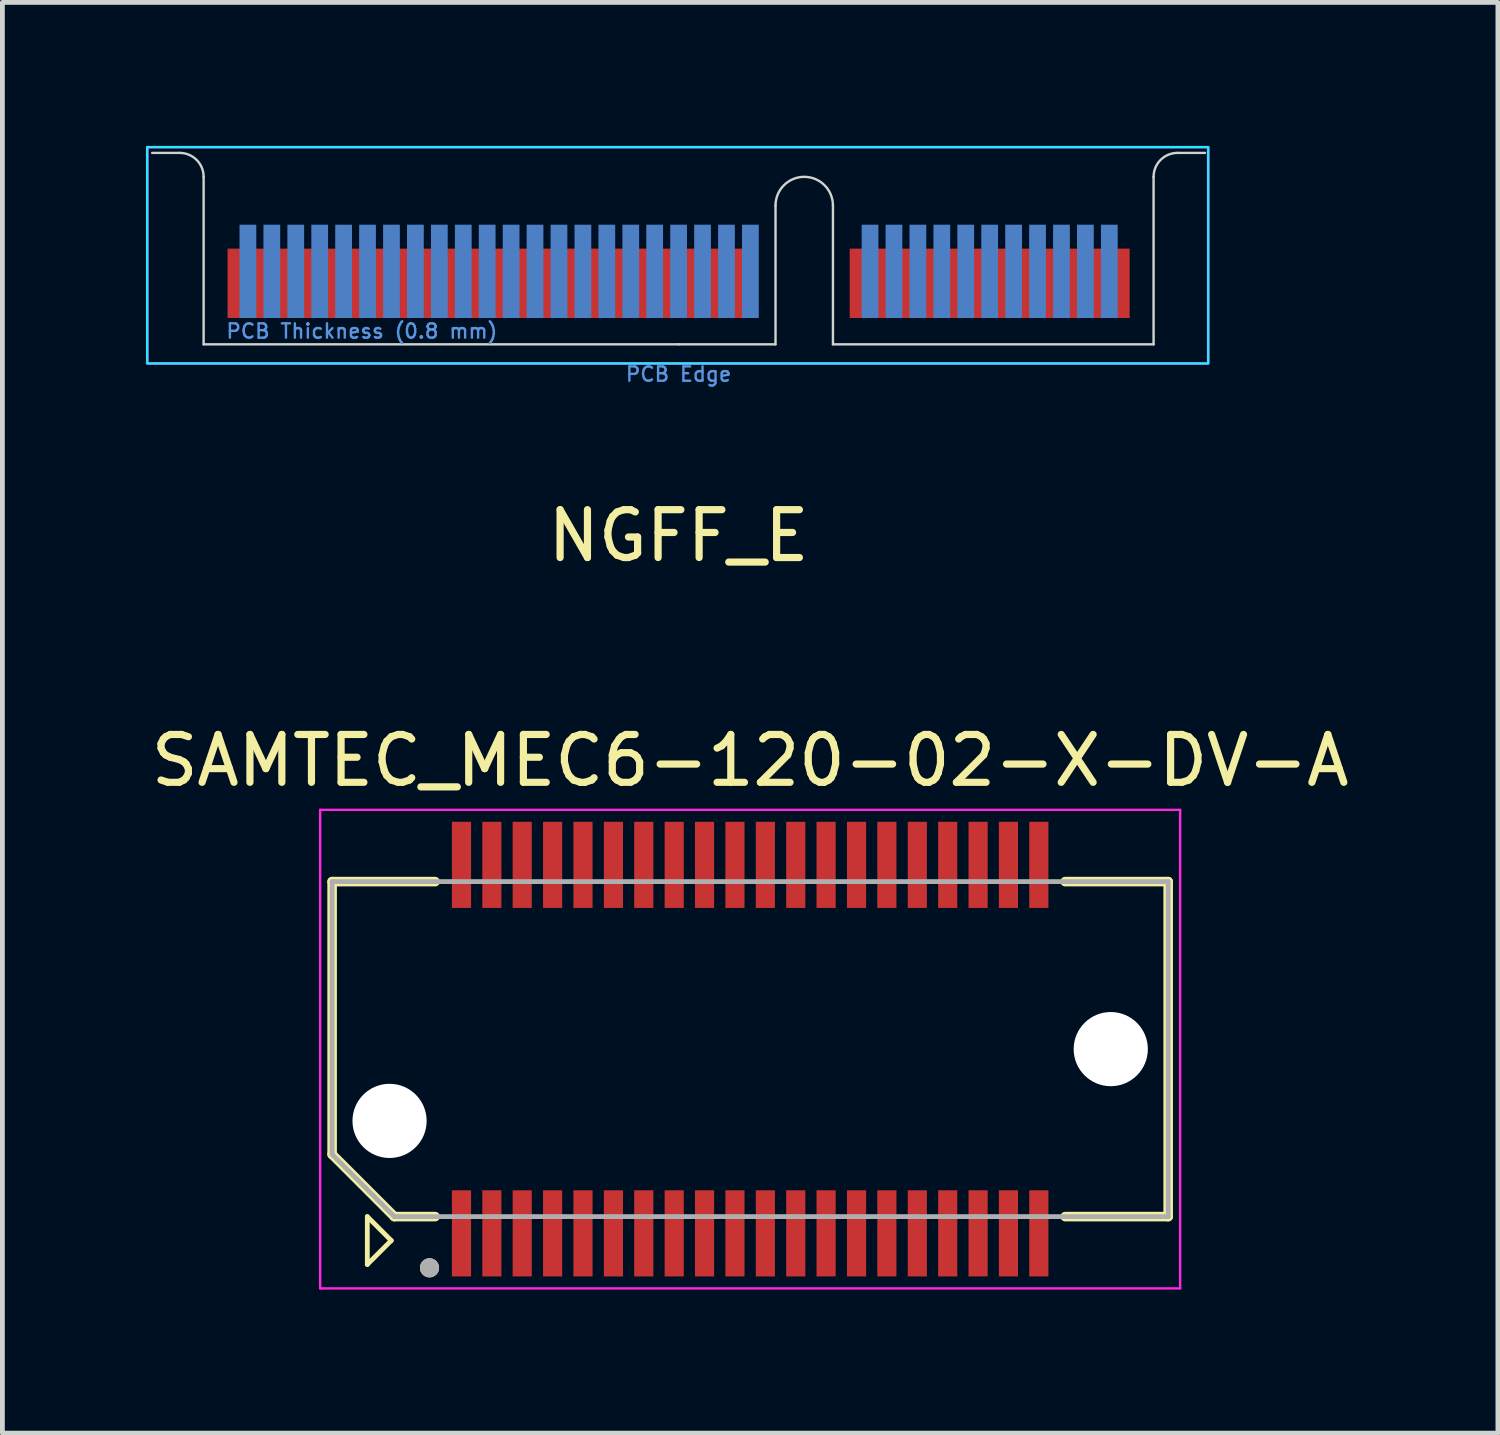
<source format=kicad_pcb>
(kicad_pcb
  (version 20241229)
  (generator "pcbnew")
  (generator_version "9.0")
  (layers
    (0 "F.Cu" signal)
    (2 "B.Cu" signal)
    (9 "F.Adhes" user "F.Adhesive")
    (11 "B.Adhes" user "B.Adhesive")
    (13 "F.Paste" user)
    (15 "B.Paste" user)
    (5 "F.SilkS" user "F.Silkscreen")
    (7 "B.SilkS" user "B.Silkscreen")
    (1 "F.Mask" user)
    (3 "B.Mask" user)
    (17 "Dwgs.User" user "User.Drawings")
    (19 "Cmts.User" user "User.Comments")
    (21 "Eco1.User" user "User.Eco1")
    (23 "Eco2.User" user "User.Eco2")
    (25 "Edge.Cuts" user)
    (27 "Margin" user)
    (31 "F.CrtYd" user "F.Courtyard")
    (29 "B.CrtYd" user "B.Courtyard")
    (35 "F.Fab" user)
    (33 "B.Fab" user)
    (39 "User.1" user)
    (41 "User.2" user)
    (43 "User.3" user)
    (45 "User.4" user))
  (footprint "NGFF_E"
    (layer "F.Cu")
    (at 11.13 4.145)
    (property "Reference" "NGFF_E" (at 0 4 0) (layer "F.SilkS") (effects (font (size 1 1) (thickness 0.15))))
    (attr through_hole)
    (fp_line (start -11 -4) (end -10.425 -4) (stroke (width 0.05) (type solid)) (layer "Edge.Cuts"))
    (fp_line (start -9.925 -3.5) (end -9.925 0) (stroke (width 0.05) (type solid)) (layer "Edge.Cuts"))
    (fp_line (start -9.925 0) (end 0 0) (stroke (width 0.05) (type solid)) (layer "Edge.Cuts"))
    (fp_line (start 0 0) (end 2.025 0) (stroke (width 0.05) (type solid)) (layer "Edge.Cuts"))
    (fp_line (start 2.025 0) (end 2.025 -2.9) (stroke (width 0.05) (type solid)) (layer "Edge.Cuts"))
    (fp_line (start 3.225 -2.9) (end 3.225 0) (stroke (width 0.05) (type solid)) (layer "Edge.Cuts"))
    (fp_line (start 3.225 0) (end 9.925 0) (stroke (width 0.05) (type solid)) (layer "Edge.Cuts"))
    (fp_line (start 9.925 0) (end 9.925 -3.5) (stroke (width 0.05) (type solid)) (layer "Edge.Cuts"))
    (fp_line (start 10.425 -4) (end 11 -4) (stroke (width 0.05) (type solid)) (layer "Edge.Cuts"))
    (fp_arc (start -10.425 -4) (mid -10.071447 -3.853553) (end -9.925 -3.5) (stroke (width 0.05) (type solid)) (layer "Edge.Cuts"))
    (fp_arc (start 2.025 -2.9) (mid 2.625 -3.5) (end 3.225 -2.9) (stroke (width 0.05) (type solid)) (layer "Edge.Cuts"))
    (fp_arc (start 9.925 -3.5) (mid 10.071447 -3.853553) (end 10.425 -4) (stroke (width 0.05) (type solid)) (layer "Edge.Cuts"))
    (fp_rect (start -11.105 -4.12) (end 11.065 0.4) (stroke (width 0.05) (type default)) (fill no) (layer "B.CrtYd"))
    (fp_rect (start -11.1 -4.12) (end 11.07 0.4) (stroke (width 0.05) (type default)) (fill no) (layer "F.CrtYd"))
    (fp_text user "PCB Edge" (at 0 0.8 0) (unlocked yes) (layer "Cmts.User") (effects (font (size 0.3 0.3) (thickness 0.05)) (justify bottom)))
    (fp_text user "PCB Thickness (0.8 mm)" (at -9.48 -0.1 0) (unlocked yes) (layer "Cmts.User") (effects (font (size 0.3 0.3) (thickness 0.05)) (justify left bottom)))
    (pad "1" smd rect (at 9.25 -1.275) (size 0.35 1.45) (layers "F.Cu" "F.Mask"))
    (pad "2" smd rect (at 9 -1.525) (size 0.35 1.95) (layers "B.Cu" "B.Mask"))
    (pad "3" smd rect (at 8.75 -1.275) (size 0.35 1.45) (layers "F.Cu" "F.Mask"))
    (pad "4" smd rect (at 8.5 -1.525) (size 0.35 1.95) (layers "B.Cu" "B.Mask"))
    (pad "5" smd rect (at 8.25 -1.275) (size 0.35 1.45) (layers "F.Cu" "F.Mask"))
    (pad "6" smd rect (at 8 -1.525) (size 0.35 1.95) (layers "B.Cu" "B.Mask"))
    (pad "7" smd rect (at 7.75 -1.275) (size 0.35 1.45) (layers "F.Cu" "F.Mask"))
    (pad "8" smd rect (at 7.5 -1.525) (size 0.35 1.95) (layers "B.Cu" "B.Mask"))
    (pad "9" smd rect (at 7.25 -1.275) (size 0.35 1.45) (layers "F.Cu" "F.Mask"))
    (pad "10" smd rect (at 7 -1.525) (size 0.35 1.95) (layers "B.Cu" "B.Mask"))
    (pad "11" smd rect (at 6.75 -1.275) (size 0.35 1.45) (layers "F.Cu" "F.Mask"))
    (pad "12" smd rect (at 6.5 -1.525) (size 0.35 1.95) (layers "B.Cu" "B.Mask"))
    (pad "13" smd rect (at 6.25 -1.275) (size 0.35 1.45) (layers "F.Cu" "F.Mask"))
    (pad "14" smd rect (at 6 -1.525) (size 0.35 1.95) (layers "B.Cu" "B.Mask"))
    (pad "15" smd rect (at 5.75 -1.275) (size 0.35 1.45) (layers "F.Cu" "F.Mask"))
    (pad "16" smd rect (at 5.5 -1.525) (size 0.35 1.95) (layers "B.Cu" "B.Mask"))
    (pad "17" smd rect (at 5.25 -1.275) (size 0.35 1.45) (layers "F.Cu" "F.Mask"))
    (pad "18" smd rect (at 5 -1.525) (size 0.35 1.95) (layers "B.Cu" "B.Mask"))
    (pad "19" smd rect (at 4.75 -1.275) (size 0.35 1.45) (layers "F.Cu" "F.Mask"))
    (pad "20" smd rect (at 4.5 -1.525) (size 0.35 1.95) (layers "B.Cu" "B.Mask"))
    (pad "21" smd rect (at 4.25 -1.275) (size 0.35 1.45) (layers "F.Cu" "F.Mask"))
    (pad "22" smd rect (at 4 -1.525) (size 0.35 1.95) (layers "B.Cu" "B.Mask"))
    (pad "23" smd rect (at 3.75 -1.275) (size 0.35 1.45) (layers "F.Cu" "F.Mask"))
    (pad "32" smd rect (at 1.5 -1.525) (size 0.35 1.95) (layers "B.Cu" "B.Mask"))
    (pad "33" smd rect (at 1.25 -1.275) (size 0.35 1.45) (layers "F.Cu" "F.Mask"))
    (pad "34" smd rect (at 1 -1.525) (size 0.35 1.95) (layers "B.Cu" "B.Mask"))
    (pad "35" smd rect (at 0.75 -1.275) (size 0.35 1.45) (layers "F.Cu" "F.Mask"))
    (pad "36" smd rect (at 0.5 -1.525) (size 0.35 1.95) (layers "B.Cu" "B.Mask"))
    (pad "37" smd rect (at 0.25 -1.275) (size 0.35 1.45) (layers "F.Cu" "F.Mask"))
    (pad "38" smd rect (at 0 -1.525) (size 0.35 1.95) (layers "B.Cu" "B.Mask"))
    (pad "39" smd rect (at -0.25 -1.275) (size 0.35 1.45) (layers "F.Cu" "F.Mask"))
    (pad "40" smd rect (at -0.5 -1.525) (size 0.35 1.95) (layers "B.Cu" "B.Mask"))
    (pad "41" smd rect (at -0.75 -1.275) (size 0.35 1.45) (layers "F.Cu" "F.Mask"))
    (pad "42" smd rect (at -1 -1.525) (size 0.35 1.95) (layers "B.Cu" "B.Mask"))
    (pad "43" smd rect (at -1.25 -1.275) (size 0.35 1.45) (layers "F.Cu" "F.Mask"))
    (pad "44" smd rect (at -1.5 -1.525) (size 0.35 1.95) (layers "B.Cu" "B.Mask"))
    (pad "45" smd rect (at -1.75 -1.275) (size 0.35 1.45) (layers "F.Cu" "F.Mask"))
    (pad "46" smd rect (at -2 -1.525) (size 0.35 1.95) (layers "B.Cu" "B.Mask"))
    (pad "47" smd rect (at -2.25 -1.275) (size 0.35 1.45) (layers "F.Cu" "F.Mask"))
    (pad "48" smd rect (at -2.5 -1.525) (size 0.35 1.95) (layers "B.Cu" "B.Mask"))
    (pad "49" smd rect (at -2.75 -1.275) (size 0.35 1.45) (layers "F.Cu" "F.Mask"))
    (pad "50" smd rect (at -3 -1.525) (size 0.35 1.95) (layers "B.Cu" "B.Mask"))
    (pad "51" smd rect (at -3.25 -1.275) (size 0.35 1.45) (layers "F.Cu" "F.Mask"))
    (pad "52" smd rect (at -3.5 -1.525) (size 0.35 1.95) (layers "B.Cu" "B.Mask"))
    (pad "53" smd rect (at -3.75 -1.275) (size 0.35 1.45) (layers "F.Cu" "F.Mask"))
    (pad "54" smd rect (at -4 -1.525) (size 0.35 1.95) (layers "B.Cu" "B.Mask"))
    (pad "55" smd rect (at -4.25 -1.275) (size 0.35 1.45) (layers "F.Cu" "F.Mask"))
    (pad "56" smd rect (at -4.5 -1.525) (size 0.35 1.95) (layers "B.Cu" "B.Mask"))
    (pad "57" smd rect (at -4.75 -1.275) (size 0.35 1.45) (layers "F.Cu" "F.Mask"))
    (pad "58" smd rect (at -5 -1.525) (size 0.35 1.95) (layers "B.Cu" "B.Mask"))
    (pad "59" smd rect (at -5.25 -1.275) (size 0.35 1.45) (layers "F.Cu" "F.Mask"))
    (pad "60" smd rect (at -5.5 -1.525) (size 0.35 1.95) (layers "B.Cu" "B.Mask"))
    (pad "61" smd rect (at -5.75 -1.275) (size 0.35 1.45) (layers "F.Cu" "F.Mask"))
    (pad "62" smd rect (at -6 -1.525) (size 0.35 1.95) (layers "B.Cu" "B.Mask"))
    (pad "63" smd rect (at -6.25 -1.275) (size 0.35 1.45) (layers "F.Cu" "F.Mask"))
    (pad "64" smd rect (at -6.5 -1.525) (size 0.35 1.95) (layers "B.Cu" "B.Mask"))
    (pad "65" smd rect (at -6.75 -1.275) (size 0.35 1.45) (layers "F.Cu" "F.Mask"))
    (pad "66" smd rect (at -7 -1.525) (size 0.35 1.95) (layers "B.Cu" "B.Mask"))
    (pad "67" smd rect (at -7.25 -1.275) (size 0.35 1.45) (layers "F.Cu" "F.Mask"))
    (pad "68" smd rect (at -7.5 -1.525) (size 0.35 1.95) (layers "B.Cu" "B.Mask"))
    (pad "69" smd rect (at -7.75 -1.275) (size 0.35 1.45) (layers "F.Cu" "F.Mask"))
    (pad "70" smd rect (at -8 -1.525) (size 0.35 1.95) (layers "B.Cu" "B.Mask"))
    (pad "71" smd rect (at -8.25 -1.275) (size 0.35 1.45) (layers "F.Cu" "F.Mask"))
    (pad "72" smd rect (at -8.5 -1.525) (size 0.35 1.95) (layers "B.Cu" "B.Mask"))
    (pad "73" smd rect (at -8.75 -1.275) (size 0.35 1.45) (layers "F.Cu" "F.Mask"))
    (pad "74" smd rect (at -9 -1.525) (size 0.35 1.95) (layers "B.Cu" "B.Mask"))
    (pad "75" smd rect (at -9.25 -1.275) (size 0.35 1.45) (layers "F.Cu" "F.Mask"))
    (zone (net_name "") (layers "F.Cu" "F.Mask" "B.Cu" "B.Mask" "F.SilkS" "B.SilkS" "F.Paste" "B.Paste") (hatch edge 0.5) (connect_pads) (min_thickness 0.25) (filled_areas_thickness no) (keepout (tracks allowed) (vias allowed) (pads allowed) (copperpour not_allowed) (footprints not_allowed)) (placement (enabled no)) (fill) (polygon (pts (xy 0.14 1.315) (xy 21.89 1.315) (xy 21.89 4.525) (xy 21.88 4.535) (xy 0.14 4.535)))))
  (footprint "SAMTEC_MEC6-120-02-X-DV-A"
    (layer "F.Cu")
    (at 12.625 18.872)
    (property "Reference" "SAMTEC_MEC6-120-02-X-DV-A" (at 0 -6.03 0) (layer "F.SilkS") (effects (font (size 1 1) (thickness 0.15))))
    (attr smd)
    (fp_line (start -8.735 -3.5) (end -6.582 -3.5) (stroke (width 0.2) (type solid)) (layer "F.SilkS"))
    (fp_line (start -8.735 2.2) (end -8.735 -3.5) (stroke (width 0.2) (type solid)) (layer "F.SilkS"))
    (fp_line (start -8 3.5) (end -7.5 4) (stroke (width 0.1) (type default)) (layer "F.SilkS"))
    (fp_line (start -8 4.5) (end -8 3.5) (stroke (width 0.1) (type default)) (layer "F.SilkS"))
    (fp_line (start -7.5 4) (end -8 4.5) (stroke (width 0.1) (type default)) (layer "F.SilkS"))
    (fp_line (start -7.435 3.5) (end -8.735 2.2) (stroke (width 0.2) (type solid)) (layer "F.SilkS"))
    (fp_line (start -6.582 3.5) (end -7.435 3.5) (stroke (width 0.2) (type solid)) (layer "F.SilkS"))
    (fp_line (start 6.582 -3.5) (end 8.735 -3.5) (stroke (width 0.2) (type solid)) (layer "F.SilkS"))
    (fp_line (start 8.735 -3.5) (end 8.735 3.5) (stroke (width 0.2) (type solid)) (layer "F.SilkS"))
    (fp_line (start 8.735 3.5) (end 6.582 3.5) (stroke (width 0.2) (type solid)) (layer "F.SilkS"))
    (fp_circle (center -6.7 4.57) (end -6.6 4.57) (stroke (width 0.2) (type solid)) (fill no) (layer "F.SilkS"))
    (fp_line (start -8.985 -5) (end 8.985 -5) (stroke (width 0.05) (type solid)) (layer "F.CrtYd"))
    (fp_line (start -8.985 5) (end -8.985 -5) (stroke (width 0.05) (type solid)) (layer "F.CrtYd"))
    (fp_line (start 8.985 -5) (end 8.985 5) (stroke (width 0.05) (type solid)) (layer "F.CrtYd"))
    (fp_line (start 8.985 5) (end -8.985 5) (stroke (width 0.05) (type solid)) (layer "F.CrtYd"))
    (fp_line (start -8.735 -3.5) (end 8.735 -3.5) (stroke (width 0.1) (type solid)) (layer "F.Fab"))
    (fp_line (start -8.735 2.2) (end -8.735 -3.5) (stroke (width 0.1) (type solid)) (layer "F.Fab"))
    (fp_line (start -7.435 3.5) (end -8.735 2.2) (stroke (width 0.1) (type solid)) (layer "F.Fab"))
    (fp_line (start 8.735 -3.5) (end 8.735 3.5) (stroke (width 0.1) (type solid)) (layer "F.Fab"))
    (fp_line (start 8.735 3.5) (end -7.435 3.5) (stroke (width 0.1) (type solid)) (layer "F.Fab"))
    (fp_circle (center -6.7 4.57) (end -6.6 4.57) (stroke (width 0.2) (type solid)) (fill no) (layer "F.Fab"))
    (pad "" np_thru_hole circle (at -7.535 1.5) (size 1.55 1.55) (drill 1.55) (layers "*.Cu" "*.Mask"))
    (pad "" np_thru_hole circle (at 7.535 0) (size 1.55 1.55) (drill 1.55) (layers "*.Cu" "*.Mask"))
    (pad "1" smd rect (at -6.032 3.85) (size 0.4 1.8) (layers "F.Cu" "F.Mask" "F.Paste"))
    (pad "2" smd rect (at -6.032 -3.85) (size 0.4 1.8) (layers "F.Cu" "F.Mask" "F.Paste"))
    (pad "3" smd rect (at -5.397 3.85) (size 0.4 1.8) (layers "F.Cu" "F.Mask" "F.Paste"))
    (pad "4" smd rect (at -5.397 -3.85) (size 0.4 1.8) (layers "F.Cu" "F.Mask" "F.Paste"))
    (pad "5" smd rect (at -4.763 3.85) (size 0.4 1.8) (layers "F.Cu" "F.Mask" "F.Paste"))
    (pad "6" smd rect (at -4.763 -3.85) (size 0.4 1.8) (layers "F.Cu" "F.Mask" "F.Paste"))
    (pad "7" smd rect (at -4.128 3.85) (size 0.4 1.8) (layers "F.Cu" "F.Mask" "F.Paste"))
    (pad "8" smd rect (at -4.128 -3.85) (size 0.4 1.8) (layers "F.Cu" "F.Mask" "F.Paste"))
    (pad "9" smd rect (at -3.493 3.85) (size 0.4 1.8) (layers "F.Cu" "F.Mask" "F.Paste"))
    (pad "10" smd rect (at -3.493 -3.85) (size 0.4 1.8) (layers "F.Cu" "F.Mask" "F.Paste"))
    (pad "11" smd rect (at -2.857 3.85) (size 0.4 1.8) (layers "F.Cu" "F.Mask" "F.Paste"))
    (pad "12" smd rect (at -2.857 -3.85) (size 0.4 1.8) (layers "F.Cu" "F.Mask" "F.Paste"))
    (pad "13" smd rect (at -2.223 3.85) (size 0.4 1.8) (layers "F.Cu" "F.Mask" "F.Paste"))
    (pad "14" smd rect (at -2.223 -3.85) (size 0.4 1.8) (layers "F.Cu" "F.Mask" "F.Paste"))
    (pad "15" smd rect (at -1.587 3.85) (size 0.4 1.8) (layers "F.Cu" "F.Mask" "F.Paste"))
    (pad "16" smd rect (at -1.587 -3.85) (size 0.4 1.8) (layers "F.Cu" "F.Mask" "F.Paste"))
    (pad "17" smd rect (at -0.953 3.85) (size 0.4 1.8) (layers "F.Cu" "F.Mask" "F.Paste"))
    (pad "18" smd rect (at -0.953 -3.85) (size 0.4 1.8) (layers "F.Cu" "F.Mask" "F.Paste"))
    (pad "19" smd rect (at -0.318 3.85) (size 0.4 1.8) (layers "F.Cu" "F.Mask" "F.Paste"))
    (pad "20" smd rect (at -0.318 -3.85) (size 0.4 1.8) (layers "F.Cu" "F.Mask" "F.Paste"))
    (pad "21" smd rect (at 0.318 3.85) (size 0.4 1.8) (layers "F.Cu" "F.Mask" "F.Paste"))
    (pad "22" smd rect (at 0.318 -3.85) (size 0.4 1.8) (layers "F.Cu" "F.Mask" "F.Paste"))
    (pad "23" smd rect (at 0.953 3.85) (size 0.4 1.8) (layers "F.Cu" "F.Mask" "F.Paste"))
    (pad "24" smd rect (at 0.953 -3.85) (size 0.4 1.8) (layers "F.Cu" "F.Mask" "F.Paste"))
    (pad "25" smd rect (at 1.587 3.85) (size 0.4 1.8) (layers "F.Cu" "F.Mask" "F.Paste"))
    (pad "26" smd rect (at 1.587 -3.85) (size 0.4 1.8) (layers "F.Cu" "F.Mask" "F.Paste"))
    (pad "27" smd rect (at 2.223 3.85) (size 0.4 1.8) (layers "F.Cu" "F.Mask" "F.Paste"))
    (pad "28" smd rect (at 2.223 -3.85) (size 0.4 1.8) (layers "F.Cu" "F.Mask" "F.Paste"))
    (pad "29" smd rect (at 2.857 3.85) (size 0.4 1.8) (layers "F.Cu" "F.Mask" "F.Paste"))
    (pad "30" smd rect (at 2.857 -3.85) (size 0.4 1.8) (layers "F.Cu" "F.Mask" "F.Paste"))
    (pad "31" smd rect (at 3.493 3.85) (size 0.4 1.8) (layers "F.Cu" "F.Mask" "F.Paste"))
    (pad "32" smd rect (at 3.493 -3.85) (size 0.4 1.8) (layers "F.Cu" "F.Mask" "F.Paste"))
    (pad "33" smd rect (at 4.128 3.85) (size 0.4 1.8) (layers "F.Cu" "F.Mask" "F.Paste"))
    (pad "34" smd rect (at 4.128 -3.85) (size 0.4 1.8) (layers "F.Cu" "F.Mask" "F.Paste"))
    (pad "35" smd rect (at 4.763 3.85) (size 0.4 1.8) (layers "F.Cu" "F.Mask" "F.Paste"))
    (pad "36" smd rect (at 4.763 -3.85) (size 0.4 1.8) (layers "F.Cu" "F.Mask" "F.Paste"))
    (pad "37" smd rect (at 5.397 3.85) (size 0.4 1.8) (layers "F.Cu" "F.Mask" "F.Paste"))
    (pad "38" smd rect (at 5.397 -3.85) (size 0.4 1.8) (layers "F.Cu" "F.Mask" "F.Paste"))
    (pad "39" smd rect (at 6.032 3.85) (size 0.4 1.8) (layers "F.Cu" "F.Mask" "F.Paste"))
    (pad "40" smd rect (at 6.032 -3.85) (size 0.4 1.8) (layers "F.Cu" "F.Mask" "F.Paste")))
  (gr_rect
    (start -3 -3)
    (end 28.25 26.896)
    (stroke (width 0.1) (type default))
    (fill no)
    (layer "Edge.Cuts")))
</source>
